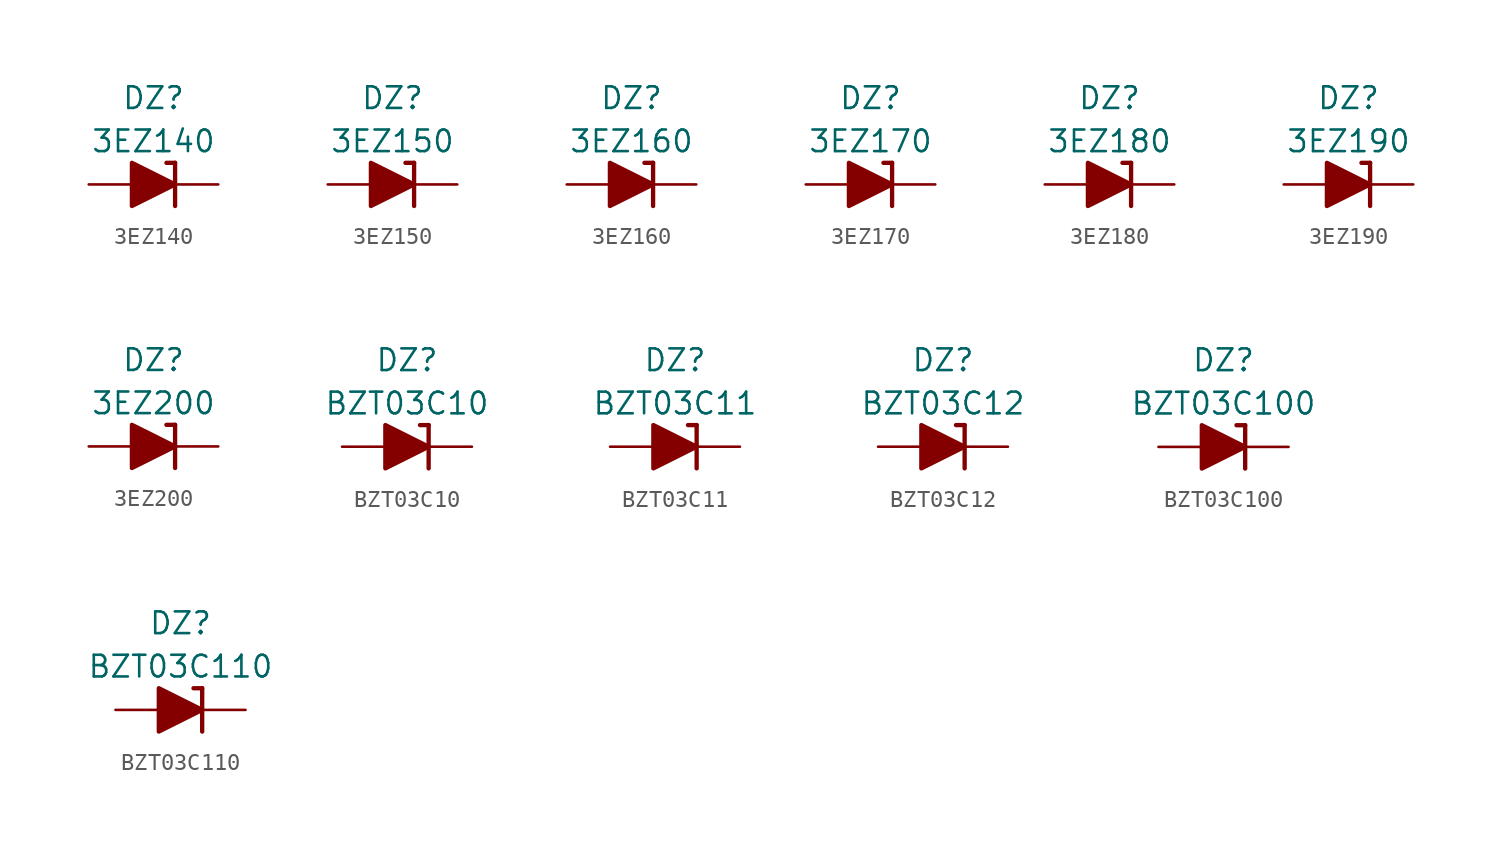
<source format=kicad_sym>
(kicad_symbol_lib
  (version 20201005)
  (generator kicad_symbol_editor)
  (symbol "Diode_Zener_AKL:3EZ140"
    (pin_numbers hide)
    (pin_names
      (offset 1.016) hide)
    (property "Reference" "DZ"
      (at 0 5.08 0)
      (effects (font (size 1.27 1.27))))
    (property "Value" "3EZ140"
      (at 0 2.54 0)
      (effects (font (size 1.27 1.27))))
    (symbol "3EZ140_0_1"
      (polyline (pts (xy -1.27 0) (xy 1.27 0)) (stroke (width 0)) (fill (type none)))
      (polyline (pts (xy 1.27 1.27) (xy 0.762 1.27)) (stroke (width 0.254)) (fill (type none)))
      (polyline (pts (xy 1.27 1.27) (xy 1.27 -1.27)) (stroke (width 0.254)) (fill (type none)))
      (polyline (pts (xy -1.27 -1.27) (xy -1.27 1.27) (xy 1.27 0) (xy -1.27 -1.27)) (stroke (width 0.254)) (fill (type outline))))
    (symbol "3EZ140_1_1"
      (pin passive line (at 3.81 0 180) (length 2.54) (name "K" (effects (font (size 1.27 1.27)))) (number "1" (effects (font (size 1.27 1.27)))))
      (pin passive line (at -3.81 0 0) (length 2.54) (name "A" (effects (font (size 1.27 1.27)))) (number "2" (effects (font (size 1.27 1.27)))))))
  (symbol "Diode_Zener_AKL:3EZ150"
    (pin_numbers hide)
    (pin_names
      (offset 1.016) hide)
    (property "Reference" "DZ"
      (at 0 5.08 0)
      (effects (font (size 1.27 1.27))))
    (property "Value" "3EZ150"
      (at 0 2.54 0)
      (effects (font (size 1.27 1.27))))
    (symbol "3EZ150_0_1"
      (polyline (pts (xy -1.27 0) (xy 1.27 0)) (stroke (width 0)) (fill (type none)))
      (polyline (pts (xy 1.27 1.27) (xy 0.762 1.27)) (stroke (width 0.254)) (fill (type none)))
      (polyline (pts (xy 1.27 1.27) (xy 1.27 -1.27)) (stroke (width 0.254)) (fill (type none)))
      (polyline (pts (xy -1.27 -1.27) (xy -1.27 1.27) (xy 1.27 0) (xy -1.27 -1.27)) (stroke (width 0.254)) (fill (type outline))))
    (symbol "3EZ150_1_1"
      (pin passive line (at 3.81 0 180) (length 2.54) (name "K" (effects (font (size 1.27 1.27)))) (number "1" (effects (font (size 1.27 1.27)))))
      (pin passive line (at -3.81 0 0) (length 2.54) (name "A" (effects (font (size 1.27 1.27)))) (number "2" (effects (font (size 1.27 1.27)))))))
  (symbol "Diode_Zener_AKL:3EZ160"
    (pin_numbers hide)
    (pin_names
      (offset 1.016) hide)
    (property "Reference" "DZ"
      (at 0 5.08 0)
      (effects (font (size 1.27 1.27))))
    (property "Value" "3EZ160"
      (at 0 2.54 0)
      (effects (font (size 1.27 1.27))))
    (symbol "3EZ160_0_1"
      (polyline (pts (xy -1.27 0) (xy 1.27 0)) (stroke (width 0)) (fill (type none)))
      (polyline (pts (xy 1.27 1.27) (xy 0.762 1.27)) (stroke (width 0.254)) (fill (type none)))
      (polyline (pts (xy 1.27 1.27) (xy 1.27 -1.27)) (stroke (width 0.254)) (fill (type none)))
      (polyline (pts (xy -1.27 -1.27) (xy -1.27 1.27) (xy 1.27 0) (xy -1.27 -1.27)) (stroke (width 0.254)) (fill (type outline))))
    (symbol "3EZ160_1_1"
      (pin passive line (at 3.81 0 180) (length 2.54) (name "K" (effects (font (size 1.27 1.27)))) (number "1" (effects (font (size 1.27 1.27)))))
      (pin passive line (at -3.81 0 0) (length 2.54) (name "A" (effects (font (size 1.27 1.27)))) (number "2" (effects (font (size 1.27 1.27)))))))
  (symbol "Diode_Zener_AKL:3EZ170"
    (pin_numbers hide)
    (pin_names
      (offset 1.016) hide)
    (property "Reference" "DZ"
      (at 0 5.08 0)
      (effects (font (size 1.27 1.27))))
    (property "Value" "3EZ170"
      (at 0 2.54 0)
      (effects (font (size 1.27 1.27))))
    (symbol "3EZ170_0_1"
      (polyline (pts (xy -1.27 0) (xy 1.27 0)) (stroke (width 0)) (fill (type none)))
      (polyline (pts (xy 1.27 1.27) (xy 0.762 1.27)) (stroke (width 0.254)) (fill (type none)))
      (polyline (pts (xy 1.27 1.27) (xy 1.27 -1.27)) (stroke (width 0.254)) (fill (type none)))
      (polyline (pts (xy -1.27 -1.27) (xy -1.27 1.27) (xy 1.27 0) (xy -1.27 -1.27)) (stroke (width 0.254)) (fill (type outline))))
    (symbol "3EZ170_1_1"
      (pin passive line (at 3.81 0 180) (length 2.54) (name "K" (effects (font (size 1.27 1.27)))) (number "1" (effects (font (size 1.27 1.27)))))
      (pin passive line (at -3.81 0 0) (length 2.54) (name "A" (effects (font (size 1.27 1.27)))) (number "2" (effects (font (size 1.27 1.27)))))))
  (symbol "Diode_Zener_AKL:3EZ180"
    (pin_numbers hide)
    (pin_names
      (offset 1.016) hide)
    (property "Reference" "DZ"
      (at 0 5.08 0)
      (effects (font (size 1.27 1.27))))
    (property "Value" "3EZ180"
      (at 0 2.54 0)
      (effects (font (size 1.27 1.27))))
    (symbol "3EZ180_0_1"
      (polyline (pts (xy -1.27 0) (xy 1.27 0)) (stroke (width 0)) (fill (type none)))
      (polyline (pts (xy 1.27 1.27) (xy 0.762 1.27)) (stroke (width 0.254)) (fill (type none)))
      (polyline (pts (xy 1.27 1.27) (xy 1.27 -1.27)) (stroke (width 0.254)) (fill (type none)))
      (polyline (pts (xy -1.27 -1.27) (xy -1.27 1.27) (xy 1.27 0) (xy -1.27 -1.27)) (stroke (width 0.254)) (fill (type outline))))
    (symbol "3EZ180_1_1"
      (pin passive line (at 3.81 0 180) (length 2.54) (name "K" (effects (font (size 1.27 1.27)))) (number "1" (effects (font (size 1.27 1.27)))))
      (pin passive line (at -3.81 0 0) (length 2.54) (name "A" (effects (font (size 1.27 1.27)))) (number "2" (effects (font (size 1.27 1.27)))))))
  (symbol "Diode_Zener_AKL:3EZ190"
    (pin_numbers hide)
    (pin_names
      (offset 1.016) hide)
    (property "Reference" "DZ"
      (at 0 5.08 0)
      (effects (font (size 1.27 1.27))))
    (property "Value" "3EZ190"
      (at 0 2.54 0)
      (effects (font (size 1.27 1.27))))
    (symbol "3EZ190_0_1"
      (polyline (pts (xy -1.27 0) (xy 1.27 0)) (stroke (width 0)) (fill (type none)))
      (polyline (pts (xy 1.27 1.27) (xy 0.762 1.27)) (stroke (width 0.254)) (fill (type none)))
      (polyline (pts (xy 1.27 1.27) (xy 1.27 -1.27)) (stroke (width 0.254)) (fill (type none)))
      (polyline (pts (xy -1.27 -1.27) (xy -1.27 1.27) (xy 1.27 0) (xy -1.27 -1.27)) (stroke (width 0.254)) (fill (type outline))))
    (symbol "3EZ190_1_1"
      (pin passive line (at 3.81 0 180) (length 2.54) (name "K" (effects (font (size 1.27 1.27)))) (number "1" (effects (font (size 1.27 1.27)))))
      (pin passive line (at -3.81 0 0) (length 2.54) (name "A" (effects (font (size 1.27 1.27)))) (number "2" (effects (font (size 1.27 1.27)))))))
  (symbol "Diode_Zener_AKL:3EZ200"
    (pin_numbers hide)
    (pin_names
      (offset 1.016) hide)
    (property "Reference" "DZ"
      (at 0 5.08 0)
      (effects (font (size 1.27 1.27))))
    (property "Value" "3EZ200"
      (at 0 2.54 0)
      (effects (font (size 1.27 1.27))))
    (symbol "3EZ200_0_1"
      (polyline (pts (xy -1.27 0) (xy 1.27 0)) (stroke (width 0)) (fill (type none)))
      (polyline (pts (xy 1.27 1.27) (xy 0.762 1.27)) (stroke (width 0.254)) (fill (type none)))
      (polyline (pts (xy 1.27 1.27) (xy 1.27 -1.27)) (stroke (width 0.254)) (fill (type none)))
      (polyline (pts (xy -1.27 -1.27) (xy -1.27 1.27) (xy 1.27 0) (xy -1.27 -1.27)) (stroke (width 0.254)) (fill (type outline))))
    (symbol "3EZ200_1_1"
      (pin passive line (at 3.81 0 180) (length 2.54) (name "K" (effects (font (size 1.27 1.27)))) (number "1" (effects (font (size 1.27 1.27)))))
      (pin passive line (at -3.81 0 0) (length 2.54) (name "A" (effects (font (size 1.27 1.27)))) (number "2" (effects (font (size 1.27 1.27)))))))
  (symbol "Diode_Zener_AKL:BZT03C10"
    (pin_numbers hide)
    (pin_names
      (offset 1.016) hide)
    (property "Reference" "DZ"
      (at 0 5.08 0)
      (effects (font (size 1.27 1.27))))
    (property "Value" "BZT03C10"
      (at 0 2.54 0)
      (effects (font (size 1.27 1.27))))
    (symbol "BZT03C10_0_1"
      (polyline (pts (xy -1.27 0) (xy 1.27 0)) (stroke (width 0)) (fill (type none)))
      (polyline (pts (xy 1.27 1.27) (xy 0.762 1.27)) (stroke (width 0.254)) (fill (type none)))
      (polyline (pts (xy 1.27 1.27) (xy 1.27 -1.27)) (stroke (width 0.254)) (fill (type none)))
      (polyline (pts (xy -1.27 -1.27) (xy -1.27 1.27) (xy 1.27 0) (xy -1.27 -1.27)) (stroke (width 0.254)) (fill (type outline))))
    (symbol "BZT03C10_1_1"
      (pin passive line (at 3.81 0 180) (length 2.54) (name "K" (effects (font (size 1.27 1.27)))) (number "1" (effects (font (size 1.27 1.27)))))
      (pin passive line (at -3.81 0 0) (length 2.54) (name "A" (effects (font (size 1.27 1.27)))) (number "2" (effects (font (size 1.27 1.27)))))))
  (symbol "Diode_Zener_AKL:BZT03C11"
    (pin_numbers hide)
    (pin_names
      (offset 1.016) hide)
    (property "Reference" "DZ"
      (at 0 5.08 0)
      (effects (font (size 1.27 1.27))))
    (property "Value" "BZT03C11"
      (at 0 2.54 0)
      (effects (font (size 1.27 1.27))))
    (symbol "BZT03C11_0_1"
      (polyline (pts (xy -1.27 0) (xy 1.27 0)) (stroke (width 0)) (fill (type none)))
      (polyline (pts (xy 1.27 1.27) (xy 0.762 1.27)) (stroke (width 0.254)) (fill (type none)))
      (polyline (pts (xy 1.27 1.27) (xy 1.27 -1.27)) (stroke (width 0.254)) (fill (type none)))
      (polyline (pts (xy -1.27 -1.27) (xy -1.27 1.27) (xy 1.27 0) (xy -1.27 -1.27)) (stroke (width 0.254)) (fill (type outline))))
    (symbol "BZT03C11_1_1"
      (pin passive line (at 3.81 0 180) (length 2.54) (name "K" (effects (font (size 1.27 1.27)))) (number "1" (effects (font (size 1.27 1.27)))))
      (pin passive line (at -3.81 0 0) (length 2.54) (name "A" (effects (font (size 1.27 1.27)))) (number "2" (effects (font (size 1.27 1.27)))))))
  (symbol "Diode_Zener_AKL:BZT03C12"
    (pin_numbers hide)
    (pin_names
      (offset 1.016) hide)
    (property "Reference" "DZ"
      (at 0 5.08 0)
      (effects (font (size 1.27 1.27))))
    (property "Value" "BZT03C12"
      (at 0 2.54 0)
      (effects (font (size 1.27 1.27))))
    (symbol "BZT03C12_0_1"
      (polyline (pts (xy -1.27 0) (xy 1.27 0)) (stroke (width 0)) (fill (type none)))
      (polyline (pts (xy 1.27 1.27) (xy 0.762 1.27)) (stroke (width 0.254)) (fill (type none)))
      (polyline (pts (xy 1.27 1.27) (xy 1.27 -1.27)) (stroke (width 0.254)) (fill (type none)))
      (polyline (pts (xy -1.27 -1.27) (xy -1.27 1.27) (xy 1.27 0) (xy -1.27 -1.27)) (stroke (width 0.254)) (fill (type outline))))
    (symbol "BZT03C12_1_1"
      (pin passive line (at 3.81 0 180) (length 2.54) (name "K" (effects (font (size 1.27 1.27)))) (number "1" (effects (font (size 1.27 1.27)))))
      (pin passive line (at -3.81 0 0) (length 2.54) (name "A" (effects (font (size 1.27 1.27)))) (number "2" (effects (font (size 1.27 1.27)))))))
  (symbol "Diode_Zener_AKL:BZT03C100"
    (pin_numbers hide)
    (pin_names
      (offset 1.016) hide)
    (property "Reference" "DZ"
      (at 0 5.08 0)
      (effects (font (size 1.27 1.27))))
    (property "Value" "BZT03C100"
      (at 0 2.54 0)
      (effects (font (size 1.27 1.27))))
    (symbol "BZT03C100_0_1"
      (polyline (pts (xy -1.27 0) (xy 1.27 0)) (stroke (width 0)) (fill (type none)))
      (polyline (pts (xy 1.27 1.27) (xy 0.762 1.27)) (stroke (width 0.254)) (fill (type none)))
      (polyline (pts (xy 1.27 1.27) (xy 1.27 -1.27)) (stroke (width 0.254)) (fill (type none)))
      (polyline (pts (xy -1.27 -1.27) (xy -1.27 1.27) (xy 1.27 0) (xy -1.27 -1.27)) (stroke (width 0.254)) (fill (type outline))))
    (symbol "BZT03C100_1_1"
      (pin passive line (at 3.81 0 180) (length 2.54) (name "K" (effects (font (size 1.27 1.27)))) (number "1" (effects (font (size 1.27 1.27)))))
      (pin passive line (at -3.81 0 0) (length 2.54) (name "A" (effects (font (size 1.27 1.27)))) (number "2" (effects (font (size 1.27 1.27)))))))
  (symbol "Diode_Zener_AKL:BZT03C110"
    (pin_numbers hide)
    (pin_names
      (offset 1.016) hide)
    (property "Reference" "DZ"
      (at 0 5.08 0)
      (effects (font (size 1.27 1.27))))
    (property "Value" "BZT03C110"
      (at 0 2.54 0)
      (effects (font (size 1.27 1.27))))
    (symbol "BZT03C110_0_1"
      (polyline (pts (xy -1.27 0) (xy 1.27 0)) (stroke (width 0)) (fill (type none)))
      (polyline (pts (xy 1.27 1.27) (xy 0.762 1.27)) (stroke (width 0.254)) (fill (type none)))
      (polyline (pts (xy 1.27 1.27) (xy 1.27 -1.27)) (stroke (width 0.254)) (fill (type none)))
      (polyline (pts (xy -1.27 -1.27) (xy -1.27 1.27) (xy 1.27 0) (xy -1.27 -1.27)) (stroke (width 0.254)) (fill (type outline))))
    (symbol "BZT03C110_1_1"
      (pin passive line (at 3.81 0 180) (length 2.54) (name "K" (effects (font (size 1.27 1.27)))) (number "1" (effects (font (size 1.27 1.27)))))
      (pin passive line (at -3.81 0 0) (length 2.54) (name "A" (effects (font (size 1.27 1.27)))) (number "2" (effects (font (size 1.27 1.27))))))))
</source>
